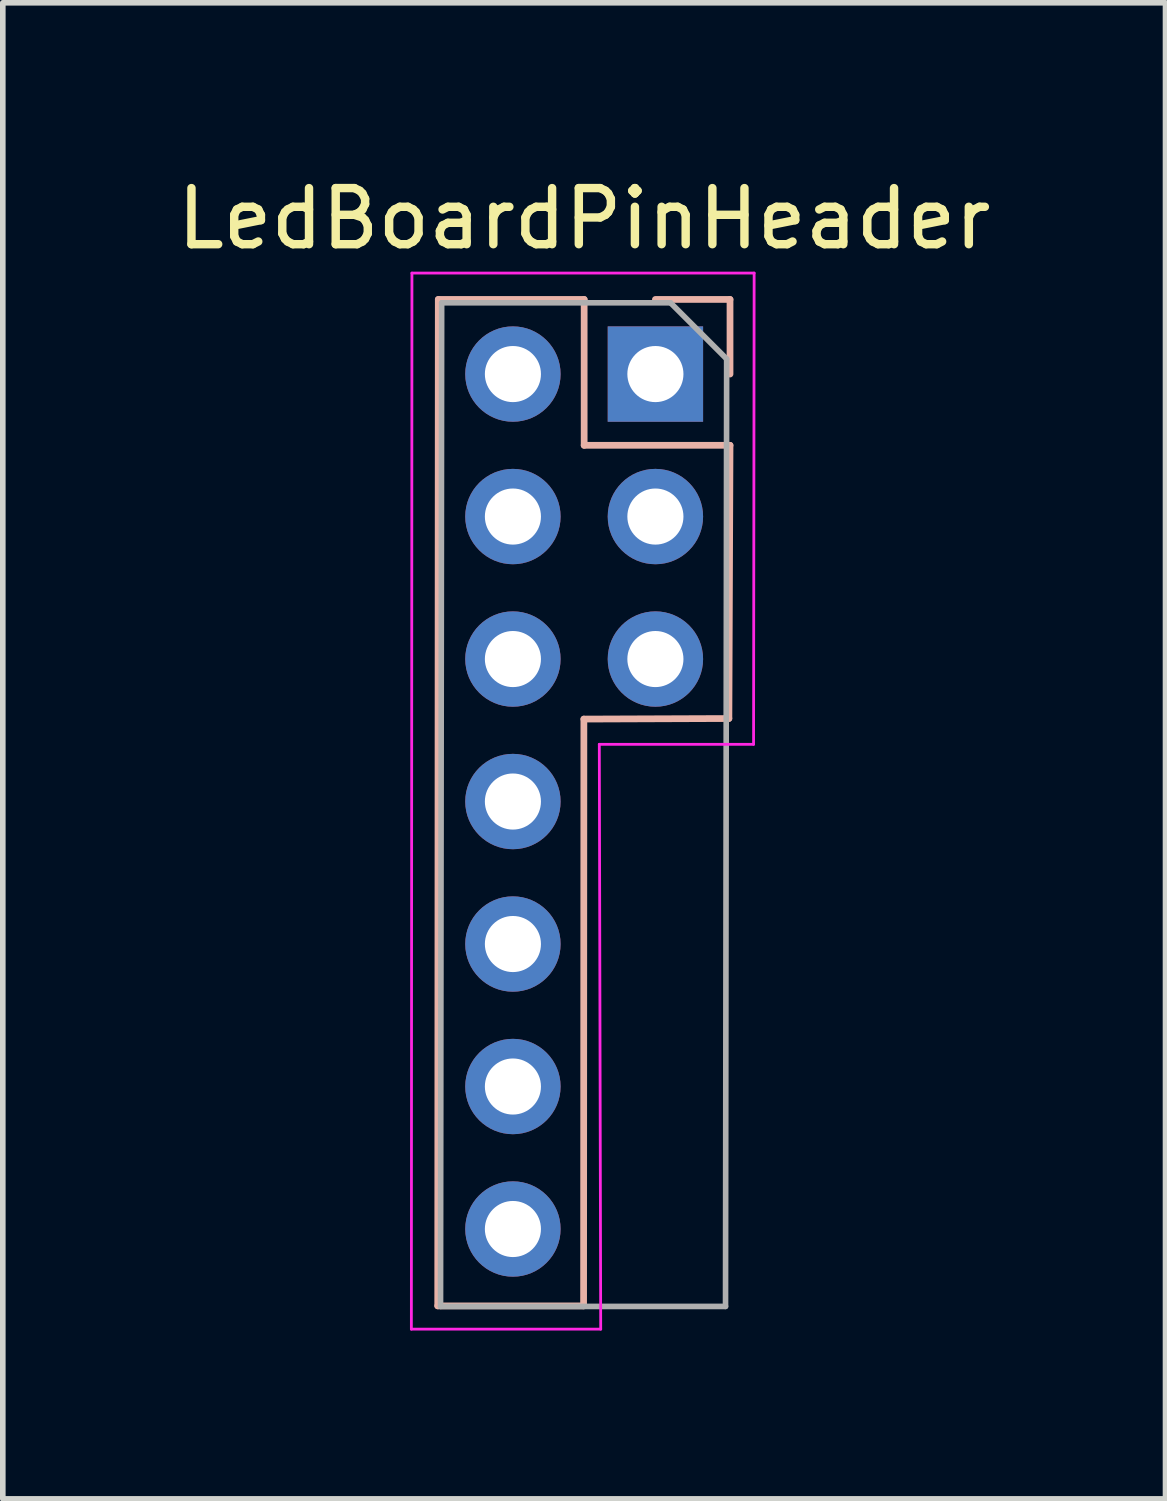
<source format=kicad_pcb>
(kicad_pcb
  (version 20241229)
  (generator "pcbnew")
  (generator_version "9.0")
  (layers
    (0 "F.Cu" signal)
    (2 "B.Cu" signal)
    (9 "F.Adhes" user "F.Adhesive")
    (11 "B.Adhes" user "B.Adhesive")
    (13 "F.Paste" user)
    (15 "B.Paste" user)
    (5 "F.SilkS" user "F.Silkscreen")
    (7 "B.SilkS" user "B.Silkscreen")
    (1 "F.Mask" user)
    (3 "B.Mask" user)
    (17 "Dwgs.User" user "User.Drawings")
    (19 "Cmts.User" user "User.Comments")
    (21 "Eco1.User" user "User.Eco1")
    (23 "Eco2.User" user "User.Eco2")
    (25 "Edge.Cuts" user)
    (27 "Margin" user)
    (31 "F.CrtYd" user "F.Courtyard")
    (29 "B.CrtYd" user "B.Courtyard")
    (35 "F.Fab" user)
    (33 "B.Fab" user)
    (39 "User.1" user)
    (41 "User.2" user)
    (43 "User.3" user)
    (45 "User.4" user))
  (footprint "LedBoardPinHeader"
    (layer "F.Cu")
    (at 8.633 3.618)
    (property "Reference" "LedBoardPinHeader" (at -1.27 -2.77 0) (layer "F.SilkS") (effects (font (size 1 1) (thickness 0.15))))
    (attr through_hole)
    (fp_line (start -3.88 16.61) (end -1.28 16.61) (stroke (width 0.12) (type solid)) (layer "B.SilkS"))
    (fp_line (start -3.87 -1.33) (end -3.88 16.61) (stroke (width 0.12) (type solid)) (layer "B.SilkS"))
    (fp_line (start -3.87 -1.33) (end -1.27 -1.33) (stroke (width 0.12) (type solid)) (layer "B.SilkS"))
    (fp_line (start -1.275 6.15) (end -1.28 16.61) (stroke (width 0.12) (type default)) (layer "B.SilkS"))
    (fp_line (start -1.27 -1.33) (end -1.27 1.27) (stroke (width 0.12) (type solid)) (layer "B.SilkS"))
    (fp_line (start -1.27 1.27) (end 1.33 1.27) (stroke (width 0.12) (type solid)) (layer "B.SilkS"))
    (fp_line (start 0 -1.33) (end 1.33 -1.33) (stroke (width 0.12) (type solid)) (layer "B.SilkS"))
    (fp_line (start 1.31 6.14) (end -1.275 6.15) (stroke (width 0.12) (type default)) (layer "B.SilkS"))
    (fp_line (start 1.33 -1.33) (end 1.33 0) (stroke (width 0.12) (type solid)) (layer "B.SilkS"))
    (fp_line (start 1.33 1.27) (end 1.31 6.14) (stroke (width 0.12) (type solid)) (layer "B.SilkS"))
    (fp_line (start -4.35 17.025) (end -4.34 -1.8) (stroke (width 0.05) (type solid)) (layer "F.CrtYd"))
    (fp_line (start -4.34 -1.8) (end 1.76 -1.8) (stroke (width 0.05) (type solid)) (layer "F.CrtYd"))
    (fp_line (start -1 6.6) (end -0.975 17.025) (stroke (width 0.05) (type default)) (layer "F.CrtYd"))
    (fp_line (start -0.975 17.025) (end -4.35 17.025) (stroke (width 0.05) (type solid)) (layer "F.CrtYd"))
    (fp_line (start 1.75 6.6) (end -1 6.6) (stroke (width 0.05) (type default)) (layer "F.CrtYd"))
    (fp_line (start 1.76 -1.8) (end 1.75 6.6) (stroke (width 0.05) (type solid)) (layer "F.CrtYd"))
    (fp_line (start -3.83 16.62) (end -3.81 -1.27) (stroke (width 0.1) (type solid)) (layer "F.Fab"))
    (fp_line (start -3.81 -1.27) (end 0.27 -1.27) (stroke (width 0.1) (type solid)) (layer "F.Fab"))
    (fp_line (start 0.27 -1.27) (end 1.27 -0.27) (stroke (width 0.1) (type solid)) (layer "F.Fab"))
    (fp_line (start 1.25 16.62) (end -3.83 16.62) (stroke (width 0.1) (type solid)) (layer "F.Fab"))
    (fp_line (start 1.27 -0.27) (end 1.25 16.62) (stroke (width 0.1) (type solid)) (layer "F.Fab"))
    (pad "1" thru_hole rect (at 0 0) (size 1.7 1.7) (drill 1) (layers "*.Cu" "*.Mask"))
    (pad "2" thru_hole oval (at -2.54 0) (size 1.7 1.7) (drill 1) (layers "*.Cu" "*.Mask"))
    (pad "3" thru_hole oval (at 0 2.54) (size 1.7 1.7) (drill 1) (layers "*.Cu" "*.Mask"))
    (pad "4" thru_hole oval (at -2.54 2.54) (size 1.7 1.7) (drill 1) (layers "*.Cu" "*.Mask"))
    (pad "5" thru_hole oval (at 0 5.08) (size 1.7 1.7) (drill 1) (layers "*.Cu" "*.Mask"))
    (pad "6" thru_hole oval (at -2.54 5.08) (size 1.7 1.7) (drill 1) (layers "*.Cu" "*.Mask"))
    (pad "8" thru_hole oval (at -2.54 7.62) (size 1.7 1.7) (drill 1) (layers "*.Cu" "*.Mask"))
    (pad "10" thru_hole oval (at -2.54 10.16) (size 1.7 1.7) (drill 1) (layers "*.Cu" "*.Mask"))
    (pad "12" thru_hole oval (at -2.54 12.7) (size 1.7 1.7) (drill 1) (layers "*.Cu" "*.Mask"))
    (pad "14" thru_hole oval (at -2.54 15.24) (size 1.7 1.7) (drill 1) (layers "*.Cu" "*.Mask")))
  (gr_rect
    (start -3 -3)
    (end 17.726 23.668)
    (stroke (width 0.1) (type default))
    (fill no)
    (layer "Edge.Cuts")))
</source>
